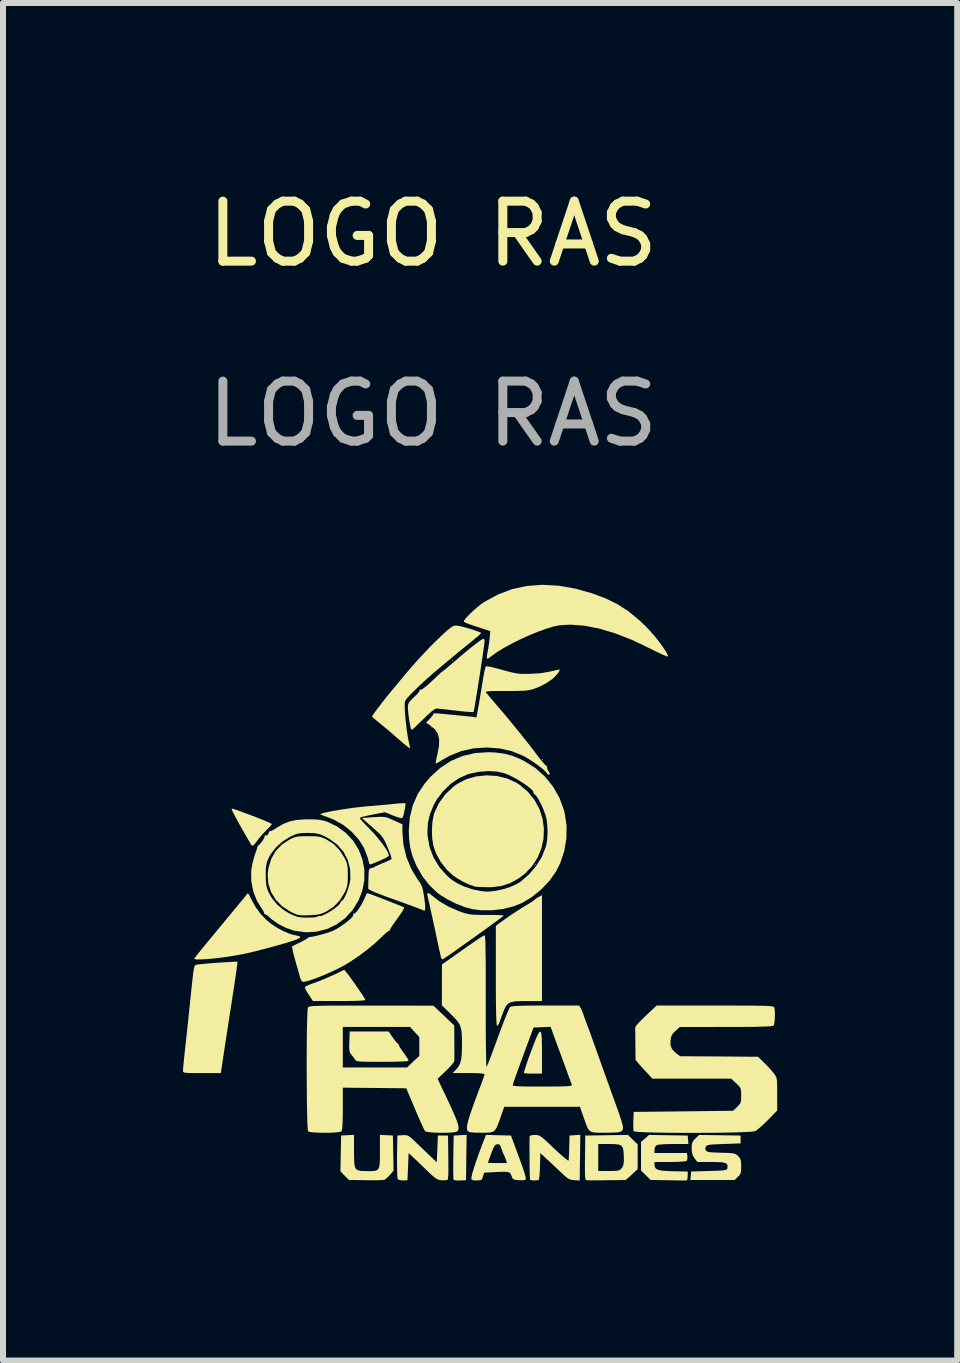
<source format=kicad_pcb>
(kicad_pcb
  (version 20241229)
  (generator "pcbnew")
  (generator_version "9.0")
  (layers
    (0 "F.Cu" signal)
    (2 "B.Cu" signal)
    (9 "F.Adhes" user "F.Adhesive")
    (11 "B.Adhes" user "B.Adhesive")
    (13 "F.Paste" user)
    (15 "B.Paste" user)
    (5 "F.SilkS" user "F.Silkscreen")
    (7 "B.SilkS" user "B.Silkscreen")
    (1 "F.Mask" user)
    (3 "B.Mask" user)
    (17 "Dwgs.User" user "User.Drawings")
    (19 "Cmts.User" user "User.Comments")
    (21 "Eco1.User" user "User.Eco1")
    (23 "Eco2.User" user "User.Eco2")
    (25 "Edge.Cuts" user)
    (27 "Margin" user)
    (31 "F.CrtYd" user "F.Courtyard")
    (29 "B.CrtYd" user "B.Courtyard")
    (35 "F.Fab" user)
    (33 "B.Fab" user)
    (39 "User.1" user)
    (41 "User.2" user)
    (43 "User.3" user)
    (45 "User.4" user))
  (footprint "LOGO RAS"
    (layer "F.Cu")
    (at 4.165 1.348)
    (property "Reference" "LOGO RAS" (at 0 -0.5 0) (unlocked yes) (layer "F.SilkS") (effects (font (size 1 1) (thickness 0.15))))
    (fp_poly (pts (xy -0.019 7.72) (xy -0.029 7.73) (xy -0.038 7.72) (xy -0.029 7.711)) (stroke (width 0) (type solid)) (fill yes) (layer "F.SilkS"))
    (fp_poly (pts (xy 0.337 6.613) (xy 0.328 6.623) (xy 0.318 6.613) (xy 0.328 6.604)) (stroke (width 0) (type solid)) (fill yes) (layer "F.SilkS"))
    (fp_poly (pts (xy 1.725 10.009) (xy 1.716 10.018) (xy 1.707 10.009) (xy 1.716 9.999)) (stroke (width 0) (type solid)) (fill yes) (layer "F.SilkS"))
    (fp_poly (pts (xy 1.838 8.264) (xy 1.829 8.274) (xy 1.819 8.264) (xy 1.829 8.255)) (stroke (width 0) (type solid)) (fill yes) (layer "F.SilkS"))
    (fp_poly (pts (xy 0.558 14.896) (xy 0.553 15.274) (xy 0.453 15.279) (xy 0.387 15.279) (xy 0.35 15.269) (xy 0.345 15.263) (xy 0.342 15.238) (xy 0.341 15.182) (xy 0.34 15.101) (xy 0.34 15.001) (xy 0.341 14.889) (xy 0.341 14.886) (xy 0.347 14.53) (xy 0.455 14.524) (xy 0.563 14.519)) (stroke (width 0) (type solid)) (fill yes) (layer "F.SilkS"))
    (fp_poly (pts (xy 1.799 12.802) (xy 1.81 12.841) (xy 1.816 12.915) (xy 1.819 13.025) (xy 1.819 13.145) (xy 1.819 13.498) (xy 1.677 13.498) (xy 1.607 13.497) (xy 1.552 13.494) (xy 1.522 13.49) (xy 1.52 13.489) (xy 1.522 13.469) (xy 1.535 13.42) (xy 1.559 13.347) (xy 1.59 13.255) (xy 1.628 13.151) (xy 1.632 13.142) (xy 1.684 13.003) (xy 1.726 12.899) (xy 1.758 12.831) (xy 1.782 12.799)) (stroke (width 0) (type solid)) (fill yes) (layer "F.SilkS"))
    (fp_poly (pts (xy -1.465 11.78) (xy -1.435 11.817) (xy -1.392 11.873) (xy -1.342 11.942) (xy -1.289 12.017) (xy -1.237 12.092) (xy -1.19 12.161) (xy -1.153 12.218) (xy -1.131 12.256) (xy -1.126 12.269) (xy -1.145 12.276) (xy -1.2 12.281) (xy -1.291 12.285) (xy -1.418 12.287) (xy -1.562 12.287) (xy -1.998 12.287) (xy -2.07 12.182) (xy -2.105 12.126) (xy -2.127 12.08) (xy -2.133 12.055) (xy -2.112 12.04) (xy -2.065 12.018) (xy -2 11.994) (xy -1.986 11.989) (xy -1.915 11.963) (xy -1.821 11.925) (xy -1.717 11.88) (xy -1.614 11.834) (xy -1.523 11.79) (xy -1.48 11.768)) (stroke (width 0) (type solid)) (fill yes) (layer "F.SilkS"))
    (fp_poly (pts (xy -3.324 9.087) (xy -3.272 9.103) (xy -3.227 9.119) (xy -3.149 9.148) (xy -3.066 9.179) (xy -3.03 9.192) (xy -2.968 9.215) (xy -2.895 9.244) (xy -2.822 9.274) (xy -2.756 9.302) (xy -2.708 9.323) (xy -2.685 9.336) (xy -2.684 9.336) (xy -2.693 9.352) (xy -2.722 9.386) (xy -2.767 9.432) (xy -2.774 9.439) (xy -2.834 9.502) (xy -2.891 9.568) (xy -2.929 9.617) (xy -2.971 9.673) (xy -3.001 9.697) (xy -3.022 9.692) (xy -3.027 9.685) (xy -3.119 9.527) (xy -3.198 9.389) (xy -3.262 9.274) (xy -3.31 9.184) (xy -3.341 9.121) (xy -3.354 9.086) (xy -3.353 9.08)) (stroke (width 0) (type solid)) (fill yes) (layer "F.SilkS"))
    (fp_poly (pts (xy -0.774 14.524) (xy -0.666 14.53) (xy -0.655 15.117) (xy -0.715 15.185) (xy -0.757 15.229) (xy -0.793 15.26) (xy -0.805 15.267) (xy -0.834 15.271) (xy -0.893 15.274) (xy -0.974 15.276) (xy -1.071 15.276) (xy -1.118 15.275) (xy -1.401 15.27) (xy -1.47 15.199) (xy -1.54 15.128) (xy -1.535 14.829) (xy -1.529 14.53) (xy -1.422 14.524) (xy -1.314 14.519) (xy -1.314 14.789) (xy -1.313 14.907) (xy -1.309 14.993) (xy -1.299 15.053) (xy -1.278 15.09) (xy -1.245 15.11) (xy -1.195 15.12) (xy -1.126 15.122) (xy -1.104 15.123) (xy -1.024 15.123) (xy -0.966 15.119) (xy -0.926 15.105) (xy -0.902 15.076) (xy -0.889 15.027) (xy -0.883 14.952) (xy -0.882 14.847) (xy -0.882 14.8) (xy -0.882 14.519)) (stroke (width 0) (type solid)) (fill yes) (layer "F.SilkS"))
    (fp_poly (pts (xy 1.819 12.288) (xy 1.574 12.288) (xy 1.455 12.289) (xy 1.366 12.294) (xy 1.302 12.307) (xy 1.256 12.33) (xy 1.223 12.367) (xy 1.194 12.42) (xy 1.167 12.489) (xy 1.14 12.561) (xy 1.117 12.623) (xy 1.102 12.662) (xy 1.1 12.668) (xy 1.081 12.696) (xy 1.069 12.701) (xy 1.064 12.683) (xy 1.06 12.629) (xy 1.056 12.539) (xy 1.053 12.412) (xy 1.051 12.248) (xy 1.05 12.047) (xy 1.05 11.868) (xy 1.05 11.036) (xy 1.113 10.987) (xy 1.191 10.931) (xy 1.286 10.864) (xy 1.389 10.796) (xy 1.486 10.734) (xy 1.567 10.685) (xy 1.579 10.678) (xy 1.634 10.645) (xy 1.675 10.618) (xy 1.691 10.604) (xy 1.71 10.587) (xy 1.749 10.562) (xy 1.758 10.557) (xy 1.819 10.523)) (stroke (width 0) (type solid)) (fill yes) (layer "F.SilkS"))
    (fp_poly (pts (xy -0.667 12.898) (xy -0.629 12.95) (xy -0.597 12.987) (xy -0.579 13.001) (xy -0.568 13.011) (xy -0.57 13.015) (xy -0.563 13.035) (xy -0.538 13.077) (xy -0.499 13.133) (xy -0.487 13.149) (xy -0.446 13.207) (xy -0.417 13.254) (xy -0.405 13.282) (xy -0.406 13.285) (xy -0.426 13.29) (xy -0.479 13.294) (xy -0.559 13.297) (xy -0.66 13.3) (xy -0.776 13.301) (xy -0.844 13.301) (xy -0.981 13.301) (xy -1.086 13.3) (xy -1.162 13.299) (xy -1.216 13.296) (xy -1.252 13.291) (xy -1.274 13.284) (xy -1.288 13.274) (xy -1.298 13.262) (xy -1.3 13.259) (xy -1.335 13.211) (xy -1.363 13.177) (xy -1.38 13.152) (xy -1.39 13.12) (xy -1.394 13.07) (xy -1.393 12.995) (xy -1.392 12.966) (xy -1.386 12.795) (xy -0.738 12.795)) (stroke (width 0) (type solid)) (fill yes) (layer "F.SilkS"))
    (fp_poly (pts (xy 1.068 8.537) (xy 1.236 8.578) (xy 1.39 8.647) (xy 1.446 8.683) (xy 1.585 8.801) (xy 1.696 8.938) (xy 1.777 9.089) (xy 1.829 9.25) (xy 1.851 9.416) (xy 1.845 9.582) (xy 1.809 9.745) (xy 1.745 9.901) (xy 1.651 10.044) (xy 1.529 10.17) (xy 1.422 10.249) (xy 1.279 10.326) (xy 1.134 10.372) (xy 0.976 10.391) (xy 0.914 10.391) (xy 0.833 10.389) (xy 0.763 10.386) (xy 0.715 10.382) (xy 0.703 10.38) (xy 0.614 10.35) (xy 0.512 10.303) (xy 0.411 10.246) (xy 0.335 10.194) (xy 0.226 10.092) (xy 0.13 9.967) (xy 0.054 9.829) (xy 0.009 9.701) (xy -0.011 9.577) (xy -0.016 9.439) (xy -0.007 9.302) (xy 0.016 9.181) (xy 0.027 9.146) (xy 0.102 8.988) (xy 0.208 8.843) (xy 0.34 8.717) (xy 0.408 8.668) (xy 0.557 8.591) (xy 0.721 8.544) (xy 0.894 8.526)) (stroke (width 0) (type solid)) (fill yes) (layer "F.SilkS"))
    (fp_poly (pts (xy 3.926 14.525) (xy 4.248 14.53) (xy 4.26 14.671) (xy 4.014 14.671) (xy 3.919 14.672) (xy 3.835 14.676) (xy 3.77 14.682) (xy 3.734 14.689) (xy 3.731 14.69) (xy 3.701 14.726) (xy 3.695 14.765) (xy 3.695 14.821) (xy 4.235 14.821) (xy 4.243 14.876) (xy 4.243 14.922) (xy 4.232 14.951) (xy 4.206 14.959) (xy 4.148 14.965) (xy 4.065 14.969) (xy 3.963 14.971) (xy 3.954 14.971) (xy 3.695 14.971) (xy 3.695 15.015) (xy 3.7 15.054) (xy 3.718 15.082) (xy 3.754 15.101) (xy 3.813 15.114) (xy 3.901 15.121) (xy 4.005 15.125) (xy 4.248 15.13) (xy 4.248 15.204) (xy 4.244 15.251) (xy 4.234 15.277) (xy 4.23 15.279) (xy 4.205 15.279) (xy 4.15 15.279) (xy 4.072 15.278) (xy 3.976 15.276) (xy 3.92 15.275) (xy 3.63 15.27) (xy 3.47 15.113) (xy 3.47 14.637) (xy 3.604 14.52)) (stroke (width 0) (type solid)) (fill yes) (layer "F.SilkS"))
    (fp_poly (pts (xy -0.43 14.527) (xy -0.399 14.542) (xy -0.36 14.571) (xy -0.307 14.62) (xy -0.27 14.655) (xy -0.197 14.725) (xy -0.122 14.797) (xy -0.056 14.86) (xy -0.031 14.884) (xy 0.065 14.976) (xy 0.075 14.753) (xy 0.084 14.53) (xy 0.253 14.53) (xy 0.258 14.9) (xy 0.259 15.033) (xy 0.259 15.132) (xy 0.257 15.201) (xy 0.252 15.245) (xy 0.246 15.268) (xy 0.239 15.273) (xy 0.164 15.277) (xy 0.108 15.271) (xy 0.059 15.251) (xy 0.008 15.212) (xy -0.055 15.154) (xy -0.129 15.083) (xy -0.21 15.005) (xy -0.282 14.937) (xy -0.291 14.928) (xy -0.404 14.822) (xy -0.413 15.049) (xy -0.423 15.276) (xy -0.495 15.278) (xy -0.546 15.274) (xy -0.58 15.262) (xy -0.584 15.259) (xy -0.59 15.234) (xy -0.594 15.177) (xy -0.596 15.094) (xy -0.597 14.99) (xy -0.597 14.884) (xy -0.591 14.53) (xy -0.502 14.524) (xy -0.462 14.523)) (stroke (width 0) (type solid)) (fill yes) (layer "F.SilkS"))
    (fp_poly (pts (xy -1.99 9.541) (xy -1.924 9.545) (xy -1.872 9.554) (xy -1.825 9.571) (xy -1.779 9.592) (xy -1.656 9.67) (xy -1.555 9.773) (xy -1.476 9.896) (xy -1.448 9.953) (xy -1.431 10.001) (xy -1.421 10.053) (xy -1.418 10.12) (xy -1.417 10.187) (xy -1.418 10.278) (xy -1.424 10.344) (xy -1.437 10.398) (xy -1.458 10.454) (xy -1.467 10.472) (xy -1.548 10.606) (xy -1.655 10.717) (xy -1.777 10.797) (xy -1.838 10.824) (xy -1.895 10.842) (xy -1.963 10.852) (xy -2.053 10.857) (xy -2.064 10.858) (xy -2.149 10.86) (xy -2.208 10.858) (xy -2.256 10.85) (xy -2.303 10.832) (xy -2.363 10.803) (xy -2.374 10.798) (xy -2.511 10.709) (xy -2.619 10.599) (xy -2.697 10.471) (xy -2.742 10.33) (xy -2.753 10.178) (xy -2.74 10.071) (xy -2.693 9.916) (xy -2.618 9.785) (xy -2.514 9.678) (xy -2.393 9.599) (xy -2.339 9.572) (xy -2.294 9.555) (xy -2.246 9.545) (xy -2.184 9.541) (xy -2.098 9.54) (xy -2.083 9.54)) (stroke (width 0) (type solid)) (fill yes) (layer "F.SilkS"))
    (fp_poly (pts (xy 3.333 14.599) (xy 3.414 14.678) (xy 3.414 15.088) (xy 3.318 15.179) (xy 3.269 15.224) (xy 3.23 15.257) (xy 3.21 15.271) (xy 3.21 15.271) (xy 3.036 15.274) (xy 2.896 15.275) (xy 2.786 15.277) (xy 2.703 15.277) (xy 2.643 15.277) (xy 2.602 15.277) (xy 2.576 15.276) (xy 2.563 15.274) (xy 2.552 15.269) (xy 2.544 15.255) (xy 2.539 15.227) (xy 2.536 15.181) (xy 2.535 15.121) (xy 2.757 15.121) (xy 2.934 15.121) (xy 3.017 15.12) (xy 3.071 15.117) (xy 3.106 15.109) (xy 3.129 15.095) (xy 3.149 15.072) (xy 3.149 15.072) (xy 3.169 15.041) (xy 3.18 15.004) (xy 3.184 14.95) (xy 3.183 14.873) (xy 3.178 14.79) (xy 3.166 14.734) (xy 3.142 14.699) (xy 3.098 14.68) (xy 3.029 14.672) (xy 2.932 14.671) (xy 2.757 14.671) (xy 2.757 15.121) (xy 2.535 15.121) (xy 2.535 15.111) (xy 2.535 15.013) (xy 2.536 14.899) (xy 2.541 14.53) (xy 2.897 14.525) (xy 3.252 14.52)) (stroke (width 0) (type solid)) (fill yes) (layer "F.SilkS"))
    (fp_poly (pts (xy -0.053 10.5) (xy -0.016 10.529) (xy 0.106 10.624) (xy 0.256 10.712) (xy 0.424 10.786) (xy 0.459 10.799) (xy 0.52 10.82) (xy 0.573 10.834) (xy 0.626 10.844) (xy 0.688 10.849) (xy 0.769 10.852) (xy 0.877 10.853) (xy 0.895 10.853) (xy 0.994 10.853) (xy 1.078 10.855) (xy 1.141 10.858) (xy 1.176 10.862) (xy 1.181 10.864) (xy 1.167 10.877) (xy 1.126 10.908) (xy 1.063 10.955) (xy 0.982 11.014) (xy 0.888 11.082) (xy 0.786 11.156) (xy 0.678 11.233) (xy 0.57 11.31) (xy 0.467 11.384) (xy 0.372 11.451) (xy 0.289 11.509) (xy 0.224 11.554) (xy 0.18 11.583) (xy 0.162 11.594) (xy 0.162 11.594) (xy 0.144 11.581) (xy 0.143 11.58) (xy 0.135 11.556) (xy 0.123 11.505) (xy 0.108 11.437) (xy 0.103 11.417) (xy 0.085 11.33) (xy 0.061 11.218) (xy 0.034 11.089) (xy 0.004 10.954) (xy -0.024 10.823) (xy -0.05 10.707) (xy -0.068 10.628) (xy -0.081 10.566) (xy -0.091 10.52) (xy -0.094 10.501) (xy -0.083 10.488)) (stroke (width 0) (type solid)) (fill yes) (layer "F.SilkS"))
    (fp_poly (pts (xy 2.453 14.899) (xy 2.448 15.28) (xy 2.357 15.274) (xy 2.312 15.269) (xy 2.275 15.258) (xy 2.237 15.235) (xy 2.19 15.195) (xy 2.132 15.14) (xy 2.058 15.071) (xy 1.981 14.998) (xy 1.913 14.935) (xy 1.894 14.918) (xy 1.791 14.823) (xy 1.786 15.047) (xy 1.782 15.137) (xy 1.777 15.209) (xy 1.77 15.256) (xy 1.762 15.273) (xy 1.703 15.278) (xy 1.652 15.276) (xy 1.622 15.269) (xy 1.62 15.267) (xy 1.618 15.246) (xy 1.616 15.195) (xy 1.614 15.119) (xy 1.613 15.027) (xy 1.612 14.926) (xy 1.611 14.821) (xy 1.611 14.72) (xy 1.611 14.629) (xy 1.612 14.557) (xy 1.612 14.544) (xy 1.631 14.528) (xy 1.683 14.521) (xy 1.699 14.52) (xy 1.731 14.521) (xy 1.759 14.526) (xy 1.787 14.539) (xy 1.822 14.563) (xy 1.868 14.602) (xy 1.93 14.659) (xy 2.014 14.739) (xy 2.022 14.747) (xy 2.099 14.818) (xy 2.166 14.878) (xy 2.219 14.921) (xy 2.253 14.946) (xy 2.264 14.948) (xy 2.266 14.92) (xy 2.269 14.864) (xy 2.272 14.788) (xy 2.273 14.727) (xy 2.279 14.53) (xy 2.368 14.524) (xy 2.458 14.518)) (stroke (width 0) (type solid)) (fill yes) (layer "F.SilkS"))
    (fp_poly (pts (xy -3.256 11.634) (xy -3.258 11.653) (xy -3.264 11.706) (xy -3.275 11.786) (xy -3.29 11.89) (xy -3.308 12.013) (xy -3.329 12.151) (xy -3.342 12.232) (xy -3.367 12.397) (xy -3.394 12.567) (xy -3.42 12.736) (xy -3.444 12.894) (xy -3.465 13.032) (xy -3.482 13.143) (xy -3.484 13.156) (xy -3.534 13.489) (xy -3.85 13.489) (xy -3.965 13.489) (xy -4.048 13.488) (xy -4.104 13.485) (xy -4.139 13.481) (xy -4.157 13.474) (xy -4.164 13.463) (xy -4.165 13.448) (xy -4.165 13.446) (xy -4.163 13.415) (xy -4.157 13.352) (xy -4.149 13.267) (xy -4.138 13.165) (xy -4.129 13.076) (xy -4.116 12.958) (xy -4.1 12.813) (xy -4.083 12.654) (xy -4.066 12.489) (xy -4.049 12.331) (xy -4.044 12.279) (xy -4.027 12.115) (xy -4.013 11.985) (xy -4.002 11.885) (xy -3.993 11.81) (xy -3.985 11.757) (xy -3.976 11.722) (xy -3.968 11.7) (xy -3.957 11.689) (xy -3.945 11.684) (xy -3.93 11.681) (xy -3.925 11.68) (xy -3.888 11.675) (xy -3.824 11.669) (xy -3.742 11.662) (xy -3.648 11.654) (xy -3.551 11.647) (xy -3.456 11.641) (xy -3.373 11.636) (xy -3.307 11.633) (xy -3.266 11.633)) (stroke (width 0) (type solid)) (fill yes) (layer "F.SilkS"))
    (fp_poly (pts (xy -3.077 10.497) (xy -3.059 10.523) (xy -3.036 10.572) (xy -2.958 10.716) (xy -2.869 10.838) (xy -2.78 10.932) (xy -2.694 11.002) (xy -2.591 11.07) (xy -2.48 11.128) (xy -2.373 11.172) (xy -2.293 11.192) (xy -2.232 11.205) (xy -2.209 11.22) (xy -2.222 11.238) (xy -2.271 11.261) (xy -2.275 11.263) (xy -2.351 11.289) (xy -2.454 11.321) (xy -2.578 11.357) (xy -2.712 11.394) (xy -2.85 11.43) (xy -2.982 11.464) (xy -3.101 11.492) (xy -3.171 11.507) (xy -3.287 11.528) (xy -3.409 11.548) (xy -3.532 11.565) (xy -3.65 11.579) (xy -3.758 11.589) (xy -3.85 11.594) (xy -3.921 11.595) (xy -3.965 11.591) (xy -3.977 11.583) (xy -3.966 11.566) (xy -3.934 11.524) (xy -3.886 11.463) (xy -3.824 11.387) (xy -3.752 11.3) (xy -3.742 11.287) (xy -3.668 11.198) (xy -3.601 11.117) (xy -3.545 11.05) (xy -3.505 11.001) (xy -3.484 10.976) (xy -3.484 10.975) (xy -3.463 10.95) (xy -3.424 10.903) (xy -3.373 10.841) (xy -3.321 10.778) (xy -3.263 10.709) (xy -3.213 10.648) (xy -3.175 10.603) (xy -3.157 10.581) (xy -3.127 10.543) (xy -3.107 10.515) (xy -3.09 10.496)) (stroke (width 0) (type solid)) (fill yes) (layer "F.SilkS"))
    (fp_poly (pts (xy 5.13 14.53) (xy 5.13 14.661) (xy 4.851 14.671) (xy 4.74 14.675) (xy 4.662 14.679) (xy 4.609 14.685) (xy 4.576 14.693) (xy 4.557 14.704) (xy 4.551 14.713) (xy 4.54 14.753) (xy 4.551 14.778) (xy 4.565 14.793) (xy 4.59 14.802) (xy 4.633 14.809) (xy 4.701 14.813) (xy 4.799 14.816) (xy 4.803 14.817) (xy 4.901 14.819) (xy 4.969 14.823) (xy 5.014 14.829) (xy 5.045 14.839) (xy 5.069 14.854) (xy 5.088 14.872) (xy 5.116 14.903) (xy 5.132 14.937) (xy 5.138 14.985) (xy 5.14 15.045) (xy 5.138 15.114) (xy 5.13 15.158) (xy 5.113 15.19) (xy 5.085 15.219) (xy 5.03 15.271) (xy 4.293 15.271) (xy 4.305 15.13) (xy 4.605 15.121) (xy 4.717 15.117) (xy 4.797 15.114) (xy 4.851 15.109) (xy 4.884 15.103) (xy 4.901 15.094) (xy 4.908 15.082) (xy 4.911 15.068) (xy 4.913 15.031) (xy 4.901 15.004) (xy 4.872 14.987) (xy 4.819 14.976) (xy 4.739 14.972) (xy 4.641 14.971) (xy 4.41 14.971) (xy 4.362 14.908) (xy 4.331 14.857) (xy 4.317 14.8) (xy 4.314 14.743) (xy 4.317 14.679) (xy 4.329 14.637) (xy 4.357 14.599) (xy 4.376 14.58) (xy 4.439 14.52)) (stroke (width 0) (type solid)) (fill yes) (layer "F.SilkS"))
    (fp_poly (pts (xy 2.09 5.364) (xy 2.372 5.413) (xy 2.645 5.489) (xy 2.872 5.573) (xy 3.073 5.671) (xy 3.257 5.789) (xy 3.432 5.932) (xy 3.546 6.04) (xy 3.625 6.124) (xy 3.704 6.214) (xy 3.776 6.305) (xy 3.837 6.389) (xy 3.885 6.462) (xy 3.913 6.519) (xy 3.92 6.545) (xy 3.904 6.544) (xy 3.861 6.527) (xy 3.794 6.497) (xy 3.71 6.457) (xy 3.615 6.409) (xy 3.317 6.267) (xy 3.033 6.157) (xy 2.767 6.078) (xy 2.517 6.03) (xy 2.285 6.014) (xy 2.112 6.025) (xy 2.013 6.045) (xy 1.891 6.082) (xy 1.752 6.132) (xy 1.604 6.193) (xy 1.453 6.261) (xy 1.309 6.333) (xy 1.177 6.406) (xy 1.065 6.475) (xy 1.017 6.51) (xy 0.958 6.554) (xy 0.924 6.577) (xy 0.906 6.581) (xy 0.901 6.569) (xy 0.9 6.552) (xy 0.905 6.513) (xy 0.914 6.458) (xy 0.917 6.445) (xy 0.928 6.385) (xy 0.939 6.307) (xy 0.946 6.246) (xy 0.958 6.123) (xy 0.742 6.052) (xy 0.657 6.024) (xy 0.586 5.998) (xy 0.536 5.977) (xy 0.515 5.965) (xy 0.515 5.965) (xy 0.522 5.944) (xy 0.552 5.904) (xy 0.6 5.853) (xy 0.659 5.795) (xy 0.724 5.737) (xy 0.789 5.684) (xy 0.848 5.642) (xy 0.853 5.638) (xy 1.08 5.514) (xy 1.316 5.424) (xy 1.563 5.37) (xy 1.82 5.35)) (stroke (width 0) (type solid)) (fill yes) (layer "F.SilkS"))
    (fp_poly (pts (xy -0.457 8.992) (xy -0.456 9.015) (xy -0.462 9.061) (xy -0.473 9.119) (xy -0.486 9.176) (xy -0.5 9.22) (xy -0.509 9.237) (xy -0.531 9.238) (xy -0.579 9.227) (xy -0.643 9.204) (xy -0.66 9.197) (xy -0.798 9.141) (xy -1.009 9.181) (xy -1.092 9.198) (xy -1.16 9.214) (xy -1.205 9.228) (xy -1.22 9.236) (xy -1.207 9.255) (xy -1.174 9.294) (xy -1.125 9.346) (xy -1.089 9.383) (xy -0.994 9.482) (xy -0.909 9.58) (xy -0.836 9.673) (xy -0.78 9.754) (xy -0.744 9.819) (xy -0.732 9.863) (xy -0.748 9.88) (xy -0.789 9.905) (xy -0.831 9.925) (xy -0.921 9.964) (xy -0.983 9.99) (xy -1.022 10.005) (xy -1.044 10.01) (xy -1.054 10.007) (xy -1.059 9.998) (xy -1.06 9.995) (xy -1.069 9.963) (xy -1.083 9.911) (xy -1.09 9.887) (xy -1.146 9.739) (xy -1.234 9.598) (xy -1.35 9.469) (xy -1.488 9.357) (xy -1.642 9.268) (xy -1.768 9.218) (xy -1.825 9.198) (xy -1.864 9.181) (xy -1.876 9.172) (xy -1.859 9.163) (xy -1.81 9.15) (xy -1.737 9.134) (xy -1.645 9.117) (xy -1.54 9.099) (xy -1.429 9.082) (xy -1.318 9.066) (xy -1.213 9.054) (xy -1.121 9.044) (xy -1.107 9.043) (xy -0.99 9.034) (xy -0.865 9.023) (xy -0.747 9.012) (xy -0.661 9.003) (xy -0.579 8.995) (xy -0.513 8.991) (xy -0.47 8.99)) (stroke (width 0) (type solid)) (fill yes) (layer "F.SilkS"))
    (fp_poly (pts (xy 1.093 14.525) (xy 1.302 14.53) (xy 1.382 14.746) (xy 1.437 14.896) (xy 1.48 15.014) (xy 1.512 15.105) (xy 1.533 15.172) (xy 1.545 15.218) (xy 1.55 15.247) (xy 1.547 15.263) (xy 1.543 15.267) (xy 1.514 15.274) (xy 1.461 15.275) (xy 1.428 15.274) (xy 1.371 15.268) (xy 1.339 15.256) (xy 1.322 15.23) (xy 1.312 15.205) (xy 1.3 15.173) (xy 1.283 15.152) (xy 1.254 15.139) (xy 1.208 15.134) (xy 1.137 15.135) (xy 1.036 15.139) (xy 1.033 15.14) (xy 0.856 15.149) (xy 0.838 15.205) (xy 0.824 15.247) (xy 0.81 15.267) (xy 0.782 15.275) (xy 0.731 15.279) (xy 0.675 15.278) (xy 0.647 15.264) (xy 0.642 15.255) (xy 0.643 15.224) (xy 0.657 15.163) (xy 0.683 15.076) (xy 0.713 14.984) (xy 0.919 14.984) (xy 0.936 14.986) (xy 0.982 14.988) (xy 1.049 14.989) (xy 1.077 14.989) (xy 1.236 14.989) (xy 1.215 14.928) (xy 1.198 14.881) (xy 1.183 14.85) (xy 1.182 14.849) (xy 1.169 14.82) (xy 1.151 14.771) (xy 1.144 14.749) (xy 1.125 14.699) (xy 1.105 14.677) (xy 1.076 14.674) (xy 1.073 14.674) (xy 1.048 14.682) (xy 1.027 14.704) (xy 1.005 14.747) (xy 0.977 14.819) (xy 0.973 14.829) (xy 0.948 14.897) (xy 0.929 14.951) (xy 0.92 14.98) (xy 0.919 14.984) (xy 0.713 14.984) (xy 0.719 14.967) (xy 0.763 14.84) (xy 0.815 14.701) (xy 0.825 14.675) (xy 0.885 14.519)) (stroke (width 0) (type solid)) (fill yes) (layer "F.SilkS"))
    (fp_poly (pts (xy -0.787 9.223) (xy -0.74 9.238) (xy -0.683 9.262) (xy -0.651 9.277) (xy -0.507 9.342) (xy -0.507 9.47) (xy -0.49 9.684) (xy -0.439 9.893) (xy -0.357 10.091) (xy -0.248 10.27) (xy -0.225 10.3) (xy -0.199 10.339) (xy -0.179 10.385) (xy -0.163 10.449) (xy -0.148 10.538) (xy -0.144 10.563) (xy -0.13 10.67) (xy -0.127 10.742) (xy -0.133 10.78) (xy -0.15 10.781) (xy -0.154 10.778) (xy -0.174 10.769) (xy -0.224 10.749) (xy -0.3 10.721) (xy -0.398 10.685) (xy -0.511 10.644) (xy -0.622 10.604) (xy -0.766 10.552) (xy -0.878 10.51) (xy -0.961 10.477) (xy -1.019 10.452) (xy -1.056 10.433) (xy -1.074 10.417) (xy -1.078 10.407) (xy -1.076 10.374) (xy -1.075 10.314) (xy -1.073 10.24) (xy -1.073 10.225) (xy -1.07 10.149) (xy -1.065 10.104) (xy -1.056 10.082) (xy -1.041 10.075) (xy -1.036 10.075) (xy -0.997 10.066) (xy -0.984 10.059) (xy -0.959 10.044) (xy -0.909 10.021) (xy -0.845 9.993) (xy -0.835 9.99) (xy -0.77 9.962) (xy -0.719 9.939) (xy -0.691 9.925) (xy -0.689 9.924) (xy -0.69 9.903) (xy -0.704 9.855) (xy -0.729 9.788) (xy -0.754 9.728) (xy -0.788 9.649) (xy -0.818 9.591) (xy -0.85 9.544) (xy -0.89 9.498) (xy -0.947 9.446) (xy -1.007 9.393) (xy -1.073 9.335) (xy -1.127 9.287) (xy -1.164 9.253) (xy -1.177 9.239) (xy -1.177 9.238) (xy -1.158 9.236) (xy -1.109 9.232) (xy -1.04 9.227) (xy -0.984 9.223) (xy -0.897 9.218) (xy -0.835 9.218)) (stroke (width 0) (type solid)) (fill yes) (layer "F.SilkS"))
    (fp_poly (pts (xy 0.86 6.263) (xy 0.862 6.28) (xy 0.86 6.312) (xy 0.852 6.374) (xy 0.84 6.46) (xy 0.825 6.566) (xy 0.807 6.684) (xy 0.788 6.811) (xy 0.768 6.94) (xy 0.748 7.066) (xy 0.729 7.185) (xy 0.712 7.289) (xy 0.698 7.375) (xy 0.686 7.436) (xy 0.68 7.467) (xy 0.678 7.47) (xy 0.656 7.472) (xy 0.604 7.469) (xy 0.527 7.463) (xy 0.434 7.453) (xy 0.384 7.447) (xy 0.282 7.435) (xy 0.191 7.425) (xy 0.118 7.417) (xy 0.072 7.412) (xy 0.061 7.412) (xy 0.028 7.425) (xy -0.027 7.466) (xy -0.104 7.535) (xy -0.159 7.589) (xy -0.226 7.654) (xy -0.283 7.709) (xy -0.325 7.748) (xy -0.347 7.766) (xy -0.348 7.767) (xy -0.362 7.753) (xy -0.366 7.744) (xy -0.378 7.695) (xy -0.391 7.623) (xy -0.403 7.541) (xy -0.412 7.463) (xy -0.416 7.403) (xy -0.416 7.398) (xy -0.414 7.354) (xy -0.402 7.319) (xy -0.375 7.283) (xy -0.328 7.236) (xy -0.312 7.221) (xy -0.263 7.173) (xy -0.23 7.133) (xy -0.219 7.108) (xy -0.219 7.106) (xy -0.219 7.095) (xy -0.21 7.099) (xy -0.184 7.094) (xy -0.134 7.059) (xy -0.06 6.996) (xy 0.038 6.905) (xy 0.067 6.876) (xy 0.112 6.834) (xy 0.147 6.804) (xy 0.161 6.795) (xy 0.18 6.78) (xy 0.222 6.746) (xy 0.281 6.696) (xy 0.351 6.636) (xy 0.374 6.616) (xy 0.474 6.53) (xy 0.571 6.449) (xy 0.66 6.377) (xy 0.737 6.318) (xy 0.796 6.275) (xy 0.835 6.251) (xy 0.845 6.248)) (stroke (width 0) (type solid)) (fill yes) (layer "F.SilkS"))
    (fp_poly (pts (xy 0.463 6.041) (xy 0.555 6.065) (xy 0.609 6.08) (xy 0.688 6.106) (xy 0.752 6.128) (xy 0.794 6.145) (xy 0.806 6.153) (xy 0.792 6.169) (xy 0.755 6.203) (xy 0.699 6.25) (xy 0.633 6.305) (xy 0.488 6.422) (xy 0.328 6.554) (xy 0.164 6.691) (xy 0.009 6.821) (xy -0.019 6.846) (xy -0.084 6.903) (xy -0.164 6.976) (xy -0.248 7.055) (xy -0.305 7.111) (xy -0.374 7.179) (xy -0.42 7.229) (xy -0.449 7.265) (xy -0.463 7.295) (xy -0.469 7.327) (xy -0.469 7.357) (xy -0.467 7.443) (xy -0.459 7.55) (xy -0.447 7.667) (xy -0.433 7.782) (xy -0.418 7.883) (xy -0.403 7.959) (xy -0.402 7.962) (xy -0.389 8.021) (xy -0.381 8.063) (xy -0.38 8.077) (xy -0.396 8.068) (xy -0.433 8.039) (xy -0.485 7.997) (xy -0.507 7.978) (xy -0.574 7.921) (xy -0.638 7.866) (xy -0.688 7.822) (xy -0.695 7.816) (xy -0.741 7.776) (xy -0.805 7.723) (xy -0.873 7.667) (xy -0.887 7.656) (xy -0.944 7.609) (xy -0.988 7.572) (xy -1.011 7.55) (xy -1.014 7.546) (xy -1.002 7.525) (xy -0.972 7.48) (xy -0.926 7.418) (xy -0.87 7.345) (xy -0.808 7.265) (xy -0.744 7.185) (xy -0.683 7.111) (xy -0.657 7.08) (xy -0.613 7.027) (xy -0.555 6.958) (xy -0.489 6.878) (xy -0.449 6.829) (xy -0.353 6.717) (xy -0.252 6.603) (xy -0.147 6.49) (xy -0.043 6.381) (xy 0.057 6.281) (xy 0.149 6.193) (xy 0.229 6.12) (xy 0.293 6.067) (xy 0.338 6.037) (xy 0.351 6.033) (xy 0.397 6.03)) (stroke (width 0) (type solid)) (fill yes) (layer "F.SilkS"))
    (fp_poly (pts (xy -1.08 10.494) (xy -1.038 10.507) (xy -1.021 10.513) (xy -0.935 10.546) (xy -0.841 10.582) (xy -0.746 10.619) (xy -0.656 10.655) (xy -0.579 10.685) (xy -0.521 10.709) (xy -0.488 10.722) (xy -0.484 10.724) (xy -0.48 10.736) (xy -0.49 10.761) (xy -0.516 10.804) (xy -0.56 10.869) (xy -0.625 10.959) (xy -0.628 10.963) (xy -0.671 11.024) (xy -0.702 11.074) (xy -0.717 11.105) (xy -0.718 11.11) (xy -0.724 11.12) (xy -0.728 11.118) (xy -0.747 11.126) (xy -0.786 11.157) (xy -0.837 11.204) (xy -0.874 11.24) (xy -0.974 11.333) (xy -1.097 11.434) (xy -1.231 11.535) (xy -1.367 11.627) (xy -1.477 11.694) (xy -1.568 11.742) (xy -1.672 11.792) (xy -1.782 11.841) (xy -1.891 11.886) (xy -1.992 11.924) (xy -2.077 11.952) (xy -2.14 11.967) (xy -2.16 11.969) (xy -2.187 11.955) (xy -2.209 11.909) (xy -2.215 11.889) (xy -2.23 11.832) (xy -2.252 11.755) (xy -2.276 11.672) (xy -2.28 11.66) (xy -2.302 11.58) (xy -2.322 11.506) (xy -2.335 11.45) (xy -2.336 11.443) (xy -2.348 11.376) (xy -2.215 11.312) (xy -2.153 11.28) (xy -2.107 11.254) (xy -2.084 11.238) (xy -2.083 11.236) (xy -2.068 11.225) (xy -2.059 11.223) (xy -1.999 11.214) (xy -1.916 11.195) (xy -1.826 11.171) (xy -1.74 11.145) (xy -1.673 11.121) (xy -1.663 11.117) (xy -1.599 11.083) (xy -1.524 11.035) (xy -1.449 10.981) (xy -1.385 10.929) (xy -1.342 10.886) (xy -1.339 10.882) (xy -1.325 10.851) (xy -1.328 10.836) (xy -1.326 10.828) (xy -1.318 10.832) (xy -1.296 10.825) (xy -1.263 10.791) (xy -1.225 10.737) (xy -1.184 10.671) (xy -1.148 10.598) (xy -1.143 10.587) (xy -1.121 10.535) (xy -1.104 10.5) (xy -1.099 10.492)) (stroke (width 0) (type solid)) (fill yes) (layer "F.SilkS"))
    (fp_poly (pts (xy -1.139 12.364) (xy -1.027 12.364) (xy 0.009 12.365) (xy 0.183 12.53) (xy 0.357 12.696) (xy 0.358 12.975) (xy 0.359 13.076) (xy 0.359 13.166) (xy 0.359 13.236) (xy 0.358 13.279) (xy 0.358 13.288) (xy 0.344 13.314) (xy 0.308 13.359) (xy 0.257 13.414) (xy 0.217 13.453) (xy 0.079 13.584) (xy 0.255 13.954) (xy 0.32 14.095) (xy 0.369 14.206) (xy 0.403 14.292) (xy 0.423 14.357) (xy 0.429 14.404) (xy 0.423 14.438) (xy 0.408 14.46) (xy 0.379 14.471) (xy 0.322 14.479) (xy 0.245 14.483) (xy 0.157 14.485) (xy 0.068 14.483) (xy -0.014 14.479) (xy -0.081 14.471) (xy -0.122 14.462) (xy -0.131 14.456) (xy -0.145 14.431) (xy -0.17 14.377) (xy -0.205 14.3) (xy -0.247 14.206) (xy -0.292 14.1) (xy -0.298 14.086) (xy -0.443 13.742) (xy -0.972 13.737) (xy -1.501 13.732) (xy -1.501 14.085) (xy -1.502 14.225) (xy -1.505 14.33) (xy -1.51 14.403) (xy -1.517 14.446) (xy -1.524 14.46) (xy -1.552 14.47) (xy -1.609 14.477) (xy -1.686 14.482) (xy -1.774 14.484) (xy -1.865 14.483) (xy -1.95 14.48) (xy -2.02 14.475) (xy -2.066 14.467) (xy -2.079 14.46) (xy -2.084 14.437) (xy -2.088 14.381) (xy -2.092 14.295) (xy -2.095 14.185) (xy -2.098 14.054) (xy -2.1 13.907) (xy -2.101 13.748) (xy -2.102 13.58) (xy -2.103 13.409) (xy -2.103 13.395) (xy -1.501 13.395) (xy -0.43 13.395) (xy -0.328 13.298) (xy -0.226 13.202) (xy -0.226 12.888) (xy -0.303 12.804) (xy -0.38 12.72) (xy -1.501 12.72) (xy -1.501 13.395) (xy -2.103 13.395) (xy -2.103 13.238) (xy -2.102 13.072) (xy -2.101 12.915) (xy -2.099 12.772) (xy -2.096 12.645) (xy -2.093 12.541) (xy -2.09 12.462) (xy -2.085 12.413) (xy -2.082 12.399) (xy -2.077 12.392) (xy -2.068 12.385) (xy -2.053 12.38) (xy -2.029 12.375) (xy -1.992 12.371) (xy -1.94 12.369) (xy -1.869 12.367) (xy -1.778 12.365) (xy -1.662 12.364) (xy -1.519 12.364) (xy -1.345 12.364)) (stroke (width 0) (type solid)) (fill yes) (layer "F.SilkS"))
    (fp_poly (pts (xy 1.048 8.146) (xy 1.192 8.165) (xy 1.32 8.199) (xy 1.45 8.251) (xy 1.52 8.286) (xy 1.707 8.403) (xy 1.87 8.548) (xy 2.006 8.717) (xy 2.113 8.907) (xy 2.188 9.114) (xy 2.197 9.151) (xy 2.229 9.361) (xy 2.226 9.575) (xy 2.191 9.786) (xy 2.124 9.988) (xy 2.055 10.126) (xy 1.946 10.281) (xy 1.809 10.426) (xy 1.653 10.553) (xy 1.488 10.653) (xy 1.338 10.712) (xy 1.167 10.754) (xy 0.986 10.775) (xy 0.806 10.775) (xy 0.667 10.758) (xy 0.535 10.723) (xy 0.39 10.667) (xy 0.248 10.596) (xy 0.121 10.518) (xy 0.072 10.481) (xy -0.057 10.358) (xy -0.173 10.209) (xy -0.268 10.043) (xy -0.273 10.033) (xy -0.337 9.879) (xy -0.377 9.733) (xy -0.397 9.579) (xy -0.4 9.479) (xy -0.091 9.479) (xy -0.088 9.531) (xy -0.055 9.719) (xy 0.012 9.897) (xy 0.112 10.06) (xy 0.242 10.205) (xy 0.314 10.266) (xy 0.412 10.328) (xy 0.533 10.384) (xy 0.666 10.427) (xy 0.776 10.45) (xy 0.847 10.46) (xy 0.898 10.464) (xy 0.943 10.463) (xy 0.999 10.457) (xy 1.055 10.449) (xy 1.172 10.424) (xy 1.291 10.386) (xy 1.398 10.338) (xy 1.466 10.296) (xy 1.604 10.176) (xy 1.722 10.037) (xy 1.816 9.886) (xy 1.879 9.73) (xy 1.893 9.681) (xy 1.907 9.584) (xy 1.912 9.467) (xy 1.907 9.35) (xy 1.895 9.256) (xy 1.877 9.186) (xy 1.848 9.106) (xy 1.812 9.023) (xy 1.773 8.948) (xy 1.737 8.887) (xy 1.706 8.849) (xy 1.696 8.843) (xy 1.677 8.826) (xy 1.679 8.817) (xy 1.673 8.793) (xy 1.64 8.756) (xy 1.584 8.711) (xy 1.514 8.66) (xy 1.433 8.609) (xy 1.348 8.561) (xy 1.265 8.52) (xy 1.193 8.491) (xy 1.066 8.463) (xy 0.92 8.455) (xy 0.765 8.467) (xy 0.614 8.499) (xy 0.578 8.51) (xy 0.433 8.575) (xy 0.294 8.671) (xy 0.169 8.792) (xy 0.064 8.931) (xy 0.017 9.015) (xy -0.048 9.171) (xy -0.083 9.322) (xy -0.091 9.479) (xy -0.4 9.479) (xy -0.401 9.455) (xy -0.385 9.234) (xy -0.335 9.028) (xy -0.252 8.838) (xy -0.133 8.659) (xy -0.044 8.555) (xy 0.122 8.403) (xy 0.302 8.285) (xy 0.497 8.203) (xy 0.705 8.154) (xy 0.929 8.14)) (stroke (width 0) (type solid)) (fill yes) (layer "F.SilkS"))
    (fp_poly (pts (xy 4.923 12.363) (xy 5.106 12.364) (xy 5.258 12.364) (xy 5.381 12.365) (xy 5.478 12.367) (xy 5.553 12.369) (xy 5.608 12.372) (xy 5.646 12.376) (xy 5.671 12.38) (xy 5.685 12.386) (xy 5.691 12.392) (xy 5.691 12.393) (xy 5.699 12.435) (xy 5.702 12.497) (xy 5.701 12.566) (xy 5.696 12.631) (xy 5.688 12.679) (xy 5.68 12.697) (xy 5.663 12.703) (xy 5.626 12.708) (xy 5.564 12.712) (xy 5.477 12.715) (xy 5.361 12.718) (xy 5.214 12.719) (xy 5.034 12.72) (xy 4.887 12.72) (xy 4.117 12.721) (xy 4.044 12.786) (xy 3.998 12.832) (xy 3.974 12.877) (xy 3.963 12.938) (xy 3.962 12.942) (xy 3.962 13.024) (xy 3.985 13.086) (xy 4.035 13.141) (xy 4.059 13.16) (xy 4.121 13.208) (xy 4.77 13.212) (xy 5.42 13.217) (xy 5.526 13.32) (xy 5.586 13.381) (xy 5.643 13.444) (xy 5.685 13.495) (xy 5.686 13.496) (xy 5.707 13.526) (xy 5.722 13.553) (xy 5.731 13.584) (xy 5.737 13.628) (xy 5.739 13.69) (xy 5.74 13.779) (xy 5.74 13.841) (xy 5.74 14.112) (xy 5.585 14.272) (xy 5.518 14.338) (xy 5.454 14.395) (xy 5.401 14.438) (xy 5.37 14.457) (xy 5.337 14.463) (xy 5.273 14.469) (xy 5.181 14.473) (xy 5.066 14.477) (xy 4.931 14.48) (xy 4.782 14.483) (xy 4.621 14.484) (xy 4.454 14.485) (xy 4.285 14.486) (xy 4.118 14.485) (xy 3.956 14.484) (xy 3.805 14.482) (xy 3.669 14.479) (xy 3.551 14.476) (xy 3.456 14.471) (xy 3.388 14.466) (xy 3.352 14.461) (xy 3.347 14.458) (xy 3.343 14.428) (xy 3.341 14.372) (xy 3.342 14.3) (xy 3.342 14.284) (xy 3.348 14.136) (xy 4.177 14.127) (xy 5.006 14.117) (xy 5.073 14.052) (xy 5.109 14.015) (xy 5.129 13.982) (xy 5.137 13.941) (xy 5.139 13.877) (xy 5.14 13.863) (xy 5.138 13.795) (xy 5.132 13.751) (xy 5.113 13.717) (xy 5.078 13.68) (xy 5.056 13.66) (xy 4.972 13.582) (xy 3.66 13.582) (xy 3.577 13.493) (xy 3.522 13.433) (xy 3.467 13.373) (xy 3.436 13.338) (xy 3.379 13.271) (xy 3.376 13.009) (xy 3.375 12.913) (xy 3.374 12.829) (xy 3.374 12.765) (xy 3.374 12.729) (xy 3.375 12.725) (xy 3.385 12.704) (xy 3.417 12.666) (xy 3.472 12.609) (xy 3.551 12.531) (xy 3.635 12.452) (xy 3.731 12.363) (xy 4.705 12.363)) (stroke (width 0) (type solid)) (fill yes) (layer "F.SilkS"))
    (fp_poly (pts (xy 0.957 6.717) (xy 1.031 6.734) (xy 1.122 6.758) (xy 1.147 6.766) (xy 1.253 6.795) (xy 1.335 6.815) (xy 1.403 6.828) (xy 1.47 6.834) (xy 1.547 6.835) (xy 1.603 6.835) (xy 1.795 6.824) (xy 1.959 6.795) (xy 1.96 6.795) (xy 2.03 6.778) (xy 2.084 6.767) (xy 2.114 6.764) (xy 2.117 6.764) (xy 2.111 6.782) (xy 2.088 6.819) (xy 2.073 6.839) (xy 2.001 6.913) (xy 1.9 6.984) (xy 1.783 7.046) (xy 1.707 7.076) (xy 1.661 7.092) (xy 1.617 7.103) (xy 1.568 7.111) (xy 1.508 7.116) (xy 1.429 7.118) (xy 1.324 7.12) (xy 1.225 7.12) (xy 1.1 7.12) (xy 1.008 7.121) (xy 0.945 7.124) (xy 0.907 7.127) (xy 0.888 7.133) (xy 0.884 7.141) (xy 0.889 7.148) (xy 0.909 7.172) (xy 0.948 7.219) (xy 1.002 7.282) (xy 1.065 7.356) (xy 1.089 7.384) (xy 1.272 7.601) (xy 1.433 7.798) (xy 1.578 7.979) (xy 1.71 8.151) (xy 1.722 8.168) (xy 1.78 8.243) (xy 1.831 8.306) (xy 1.871 8.35) (xy 1.894 8.371) (xy 1.897 8.372) (xy 1.907 8.378) (xy 1.904 8.386) (xy 1.905 8.414) (xy 1.921 8.447) (xy 1.943 8.483) (xy 1.95 8.503) (xy 1.939 8.517) (xy 1.917 8.511) (xy 1.901 8.49) (xy 1.879 8.462) (xy 1.832 8.42) (xy 1.767 8.369) (xy 1.692 8.315) (xy 1.614 8.264) (xy 1.541 8.22) (xy 1.503 8.199) (xy 1.315 8.123) (xy 1.117 8.078) (xy 0.901 8.062) (xy 0.9 8.062) (xy 0.678 8.076) (xy 0.472 8.122) (xy 0.279 8.2) (xy 0.144 8.277) (xy 0.094 8.307) (xy 0.059 8.325) (xy 0.047 8.328) (xy 0.048 8.307) (xy 0.057 8.26) (xy 0.071 8.194) (xy 0.077 8.17) (xy 0.103 8.035) (xy 0.105 7.925) (xy 0.084 7.835) (xy 0.036 7.761) (xy -0.038 7.698) (xy -0.045 7.693) (xy -0.114 7.648) (xy -0.047 7.58) (xy -0.012 7.539) (xy 0.007 7.509) (xy 0.007 7.5) (xy 0.016 7.494) (xy 0.053 7.493) (xy 0.077 7.494) (xy 0.158 7.501) (xy 0.255 7.51) (xy 0.358 7.52) (xy 0.46 7.53) (xy 0.551 7.539) (xy 0.623 7.546) (xy 0.667 7.551) (xy 0.668 7.552) (xy 0.727 7.56) (xy 0.757 7.396) (xy 0.772 7.312) (xy 0.79 7.205) (xy 0.809 7.088) (xy 0.827 6.979) (xy 0.842 6.885) (xy 0.857 6.805) (xy 0.871 6.745) (xy 0.88 6.713) (xy 0.882 6.71) (xy 0.905 6.709)) (stroke (width 0) (type solid)) (fill yes) (layer "F.SilkS"))
    (fp_poly (pts (xy -1.966 9.261) (xy -1.885 9.268) (xy -1.819 9.281) (xy -1.761 9.299) (xy -1.592 9.381) (xy -1.447 9.488) (xy -1.328 9.618) (xy -1.236 9.765) (xy -1.174 9.926) (xy -1.142 10.096) (xy -1.142 10.272) (xy -1.176 10.45) (xy -1.238 10.609) (xy -1.336 10.77) (xy -1.459 10.904) (xy -1.603 11.01) (xy -1.763 11.087) (xy -1.935 11.131) (xy -2.117 11.142) (xy -2.304 11.117) (xy -2.315 11.114) (xy -2.445 11.07) (xy -2.573 11.006) (xy -2.682 10.929) (xy -2.713 10.901) (xy -2.756 10.863) (xy -2.791 10.841) (xy -2.805 10.839) (xy -2.814 10.84) (xy -2.81 10.835) (xy -2.813 10.812) (xy -2.834 10.773) (xy -2.849 10.752) (xy -2.934 10.614) (xy -2.994 10.457) (xy -3.026 10.291) (xy -3.028 10.187) (xy -2.786 10.187) (xy -2.783 10.296) (xy -2.772 10.381) (xy -2.748 10.454) (xy -2.709 10.53) (xy -2.674 10.585) (xy -2.594 10.681) (xy -2.491 10.768) (xy -2.376 10.838) (xy -2.262 10.883) (xy -2.242 10.887) (xy -2.192 10.894) (xy -2.126 10.897) (xy -2.056 10.897) (xy -1.991 10.894) (xy -1.943 10.888) (xy -1.923 10.881) (xy -1.902 10.869) (xy -1.896 10.871) (xy -1.866 10.871) (xy -1.815 10.852) (xy -1.752 10.819) (xy -1.685 10.778) (xy -1.622 10.734) (xy -1.572 10.692) (xy -1.543 10.657) (xy -1.539 10.644) (xy -1.527 10.621) (xy -1.519 10.619) (xy -1.497 10.602) (xy -1.47 10.557) (xy -1.44 10.493) (xy -1.413 10.419) (xy -1.391 10.342) (xy -1.377 10.273) (xy -1.375 10.254) (xy -1.379 10.089) (xy -1.418 9.937) (xy -1.489 9.8) (xy -1.593 9.681) (xy -1.726 9.583) (xy -1.799 9.544) (xy -1.867 9.514) (xy -1.925 9.497) (xy -1.99 9.489) (xy -2.076 9.486) (xy -2.081 9.486) (xy -2.167 9.487) (xy -2.231 9.494) (xy -2.288 9.509) (xy -2.353 9.537) (xy -2.369 9.544) (xy -2.499 9.623) (xy -2.614 9.725) (xy -2.705 9.844) (xy -2.736 9.901) (xy -2.761 9.959) (xy -2.776 10.013) (xy -2.784 10.074) (xy -2.786 10.156) (xy -2.786 10.187) (xy -3.028 10.187) (xy -3.028 10.126) (xy -3.023 10.084) (xy -3.007 9.997) (xy -2.984 9.907) (xy -2.964 9.842) (xy -2.943 9.784) (xy -2.93 9.741) (xy -2.927 9.725) (xy -2.918 9.704) (xy -2.914 9.701) (xy -2.884 9.673) (xy -2.85 9.632) (xy -2.822 9.59) (xy -2.806 9.558) (xy -2.805 9.549) (xy -2.801 9.527) (xy -2.793 9.52) (xy -2.78 9.517) (xy -2.787 9.532) (xy -2.786 9.541) (xy -2.764 9.525) (xy -2.762 9.523) (xy -2.736 9.492) (xy -2.733 9.469) (xy -2.734 9.458) (xy -2.727 9.461) (xy -2.703 9.457) (xy -2.659 9.435) (xy -2.604 9.401) (xy -2.498 9.338) (xy -2.392 9.295) (xy -2.274 9.27) (xy -2.135 9.26) (xy -2.073 9.259)) (stroke (width 0) (type solid)) (fill yes) (layer "F.SilkS"))
    (fp_poly (pts (xy 0.867 11.201) (xy 0.871 11.234) (xy 0.875 11.291) (xy 0.877 11.375) (xy 0.879 11.486) (xy 0.881 11.627) (xy 0.882 11.8) (xy 0.882 12.006) (xy 0.882 12.247) (xy 0.882 12.297) (xy 0.882 12.519) (xy 0.882 12.721) (xy 0.883 12.901) (xy 0.885 13.056) (xy 0.887 13.184) (xy 0.889 13.282) (xy 0.892 13.349) (xy 0.895 13.382) (xy 0.897 13.385) (xy 0.907 13.363) (xy 0.929 13.311) (xy 0.959 13.233) (xy 0.996 13.133) (xy 1.039 13.018) (xy 1.085 12.891) (xy 1.086 12.888) (xy 1.133 12.761) (xy 1.177 12.644) (xy 1.217 12.544) (xy 1.25 12.464) (xy 1.275 12.41) (xy 1.289 12.387) (xy 1.289 12.387) (xy 1.309 12.379) (xy 1.349 12.374) (xy 1.413 12.369) (xy 1.503 12.366) (xy 1.623 12.364) (xy 1.776 12.363) (xy 1.879 12.363) (xy 2.437 12.363) (xy 2.464 12.405) (xy 2.487 12.451) (xy 2.509 12.511) (xy 2.513 12.523) (xy 2.535 12.587) (xy 2.557 12.646) (xy 2.56 12.654) (xy 2.573 12.686) (xy 2.596 12.749) (xy 2.628 12.836) (xy 2.666 12.943) (xy 2.71 13.064) (xy 2.756 13.195) (xy 2.758 13.198) (xy 2.811 13.349) (xy 2.868 13.508) (xy 2.926 13.668) (xy 2.979 13.817) (xy 3.026 13.946) (xy 3.05 14.013) (xy 3.088 14.12) (xy 3.122 14.218) (xy 3.148 14.3) (xy 3.164 14.359) (xy 3.17 14.389) (xy 3.167 14.425) (xy 3.154 14.45) (xy 3.127 14.467) (xy 3.079 14.477) (xy 3.006 14.481) (xy 2.902 14.483) (xy 2.876 14.483) (xy 2.771 14.483) (xy 2.696 14.48) (xy 2.644 14.469) (xy 2.607 14.445) (xy 2.579 14.403) (xy 2.552 14.336) (xy 2.519 14.241) (xy 2.513 14.225) (xy 2.452 14.051) (xy 1.19 14.051) (xy 1.128 14.228) (xy 1.093 14.327) (xy 1.064 14.396) (xy 1.036 14.441) (xy 1.002 14.467) (xy 0.955 14.479) (xy 0.888 14.483) (xy 0.807 14.483) (xy 0.711 14.482) (xy 0.646 14.478) (xy 0.605 14.47) (xy 0.583 14.457) (xy 0.581 14.455) (xy 0.57 14.433) (xy 0.567 14.4) (xy 0.573 14.352) (xy 0.588 14.287) (xy 0.614 14.201) (xy 0.651 14.091) (xy 0.7 13.955) (xy 0.762 13.787) (xy 0.789 13.718) (xy 0.799 13.691) (xy 1.332 13.691) (xy 1.339 13.698) (xy 1.364 13.704) (xy 1.409 13.708) (xy 1.479 13.711) (xy 1.576 13.713) (xy 1.705 13.713) (xy 1.83 13.713) (xy 1.98 13.713) (xy 2.096 13.712) (xy 2.183 13.71) (xy 2.245 13.707) (xy 2.285 13.703) (xy 2.307 13.698) (xy 2.317 13.691) (xy 2.317 13.682) (xy 2.316 13.68) (xy 2.309 13.661) (xy 2.296 13.626) (xy 2.275 13.571) (xy 2.247 13.494) (xy 2.21 13.393) (xy 2.163 13.264) (xy 2.104 13.105) (xy 2.04 12.93) (xy 1.963 12.718) (xy 1.821 12.724) (xy 1.679 12.729) (xy 1.505 13.198) (xy 1.459 13.324) (xy 1.417 13.439) (xy 1.382 13.538) (xy 1.355 13.616) (xy 1.337 13.669) (xy 1.332 13.691) (xy 0.799 13.691) (xy 0.819 13.638) (xy 0.843 13.571) (xy 0.858 13.524) (xy 0.862 13.507) (xy 0.845 13.5) (xy 0.794 13.494) (xy 0.717 13.49) (xy 0.618 13.489) (xy 0.596 13.489) (xy 0.33 13.489) (xy 0.392 13.425) (xy 0.429 13.379) (xy 0.455 13.326) (xy 0.472 13.259) (xy 0.482 13.17) (xy 0.485 13.054) (xy 0.486 13.01) (xy 0.485 12.891) (xy 0.479 12.801) (xy 0.466 12.731) (xy 0.443 12.673) (xy 0.406 12.619) (xy 0.353 12.56) (xy 0.302 12.508) (xy 0.15 12.359) (xy 0.152 11.678) (xy 0.496 11.435) (xy 0.597 11.364) (xy 0.688 11.302) (xy 0.764 11.25) (xy 0.822 11.213) (xy 0.856 11.193) (xy 0.862 11.191)) (stroke (width 0) (type solid)) (fill yes) (layer "F.SilkS"))
    (fp_text user "${REFERENCE}" (at 0 2.5 0) (unlocked yes) (layer "F.Fab") (effects (font (size 1 1) (thickness 0.15)))))
  (gr_rect
    (start -3 -3)
    (end 12.905 19.628)
    (stroke (width 0.1) (type default))
    (fill no)
    (layer "Edge.Cuts")))
</source>
